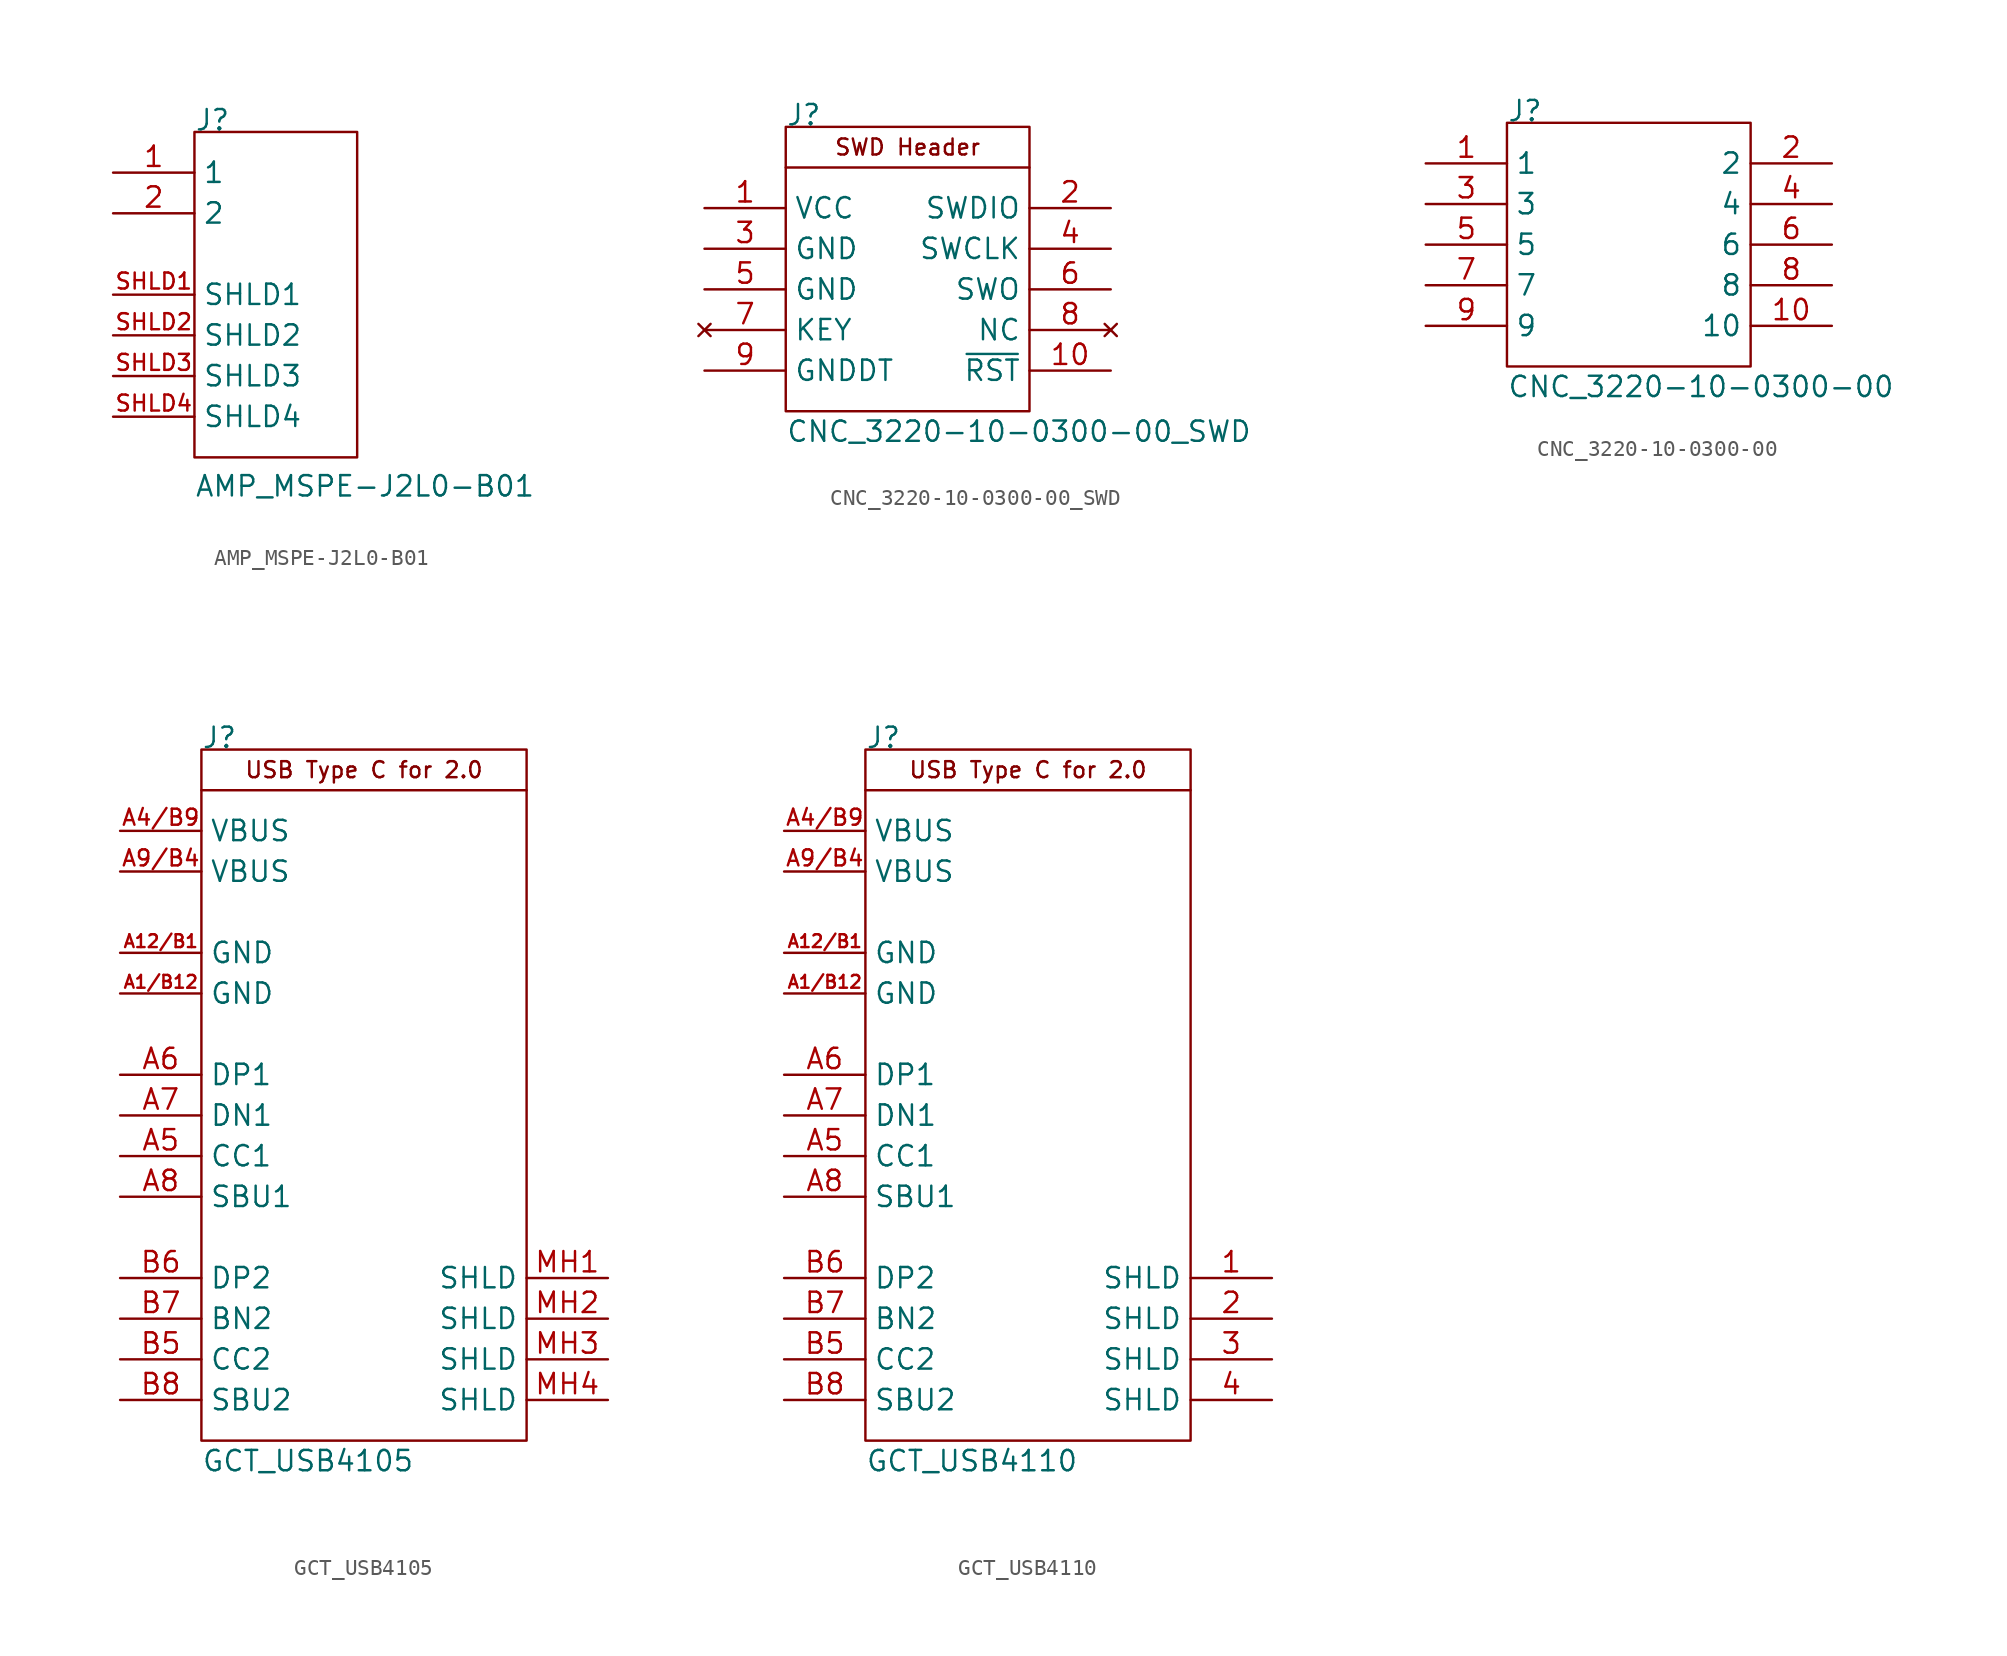
<source format=kicad_sym>
(kicad_symbol_lib
  (version 20220914)
  (generator kicad_symbol_editor)
  (symbol "AMP_MSPE-J2L0-B01"
    (property "Reference" "J"
      (at 5.08 2.54 0)
      (effects (font (size 1.27 1.27)) (justify left bottom)))
    (property "Value" "AMP_MSPE-J2L0-B01"
      (at 5.08 -20.32 0)
      (effects (font (size 1.27 1.27)) (justify left bottom)))
    (symbol "AMP_MSPE-J2L0-B01_0_1"
      (rectangle (start 5.08 2.54) (end 15.24 -17.78) (stroke (width 0.152) (type default)) (fill (type none))))
    (symbol "AMP_MSPE-J2L0-B01_1_1"
      (pin passive line (at 0 0 0) (length 5.08) (name "1" (effects (font (size 1.27 1.27)))) (number "1" (effects (font (size 1.27 1.27)))))
      (pin passive line (at 0 -2.54 0) (length 5.08) (name "2" (effects (font (size 1.27 1.27)))) (number "2" (effects (font (size 1.27 1.27)))))
      (pin passive line (at 0 -7.62 0) (length 5.08) (name "SHLD1" (effects (font (size 1.27 1.27)))) (number "SHLD1" (effects (font (size 1 1)))))
      (pin passive line (at 0 -10.16 0) (length 5.08) (name "SHLD2" (effects (font (size 1.27 1.27)))) (number "SHLD2" (effects (font (size 1 1)))))
      (pin passive line (at 0 -12.7 0) (length 5.08) (name "SHLD3" (effects (font (size 1.27 1.27)))) (number "SHLD3" (effects (font (size 1 1)))))
      (pin passive line (at 0 -15.24 0) (length 5.08) (name "SHLD4" (effects (font (size 1.27 1.27)))) (number "SHLD4" (effects (font (size 1 1)))))))
  (symbol "CNC_3220-10-0300-00_SWD"
    (property "Reference" "J"
      (at 5.08 5.08 0)
      (effects (font (size 1.27 1.27)) (justify left bottom)))
    (property "Value" "CNC_3220-10-0300-00_SWD"
      (at 5.08 -13.97 0)
      (effects (font (size 1.27 1.27)) (justify left)))
    (symbol "CNC_3220-10-0300-00_SWD_0_0"
      (polyline (pts (xy 20.32 2.54) (xy 5.08 2.54)) (stroke (width 0) (type default)) (fill (type none)))
      (text "SWD Header" (at 12.7 3.81 0) (effects (font (size 1 1)))))
    (symbol "CNC_3220-10-0300-00_SWD_0_1"
      (rectangle (start 5.08 5.08) (end 20.32 -12.7) (stroke (width 0.152) (type default)) (fill (type none))))
    (symbol "CNC_3220-10-0300-00_SWD_1_1"
      (pin power_in line (at 0 0 0) (length 5.08) (name "VCC" (effects (font (size 1.27 1.27)))) (number "1" (effects (font (size 1.27 1.27)))))
      (pin bidirectional line (at 25.4 -10.16 180) (length 5.08) (name "~{RST}" (effects (font (size 1.27 1.27)))) (number "10" (effects (font (size 1.27 1.27)))))
      (pin bidirectional line (at 25.4 0 180) (length 5.08) (name "SWDIO" (effects (font (size 1.27 1.27)))) (number "2" (effects (font (size 1.27 1.27)))))
      (pin power_in line (at 0 -2.54 0) (length 5.08) (name "GND" (effects (font (size 1.27 1.27)))) (number "3" (effects (font (size 1.27 1.27)))))
      (pin bidirectional line (at 25.4 -2.54 180) (length 5.08) (name "SWCLK" (effects (font (size 1.27 1.27)))) (number "4" (effects (font (size 1.27 1.27)))))
      (pin power_in line (at 0 -5.08 0) (length 5.08) (name "GND" (effects (font (size 1.27 1.27)))) (number "5" (effects (font (size 1.27 1.27)))))
      (pin bidirectional line (at 25.4 -5.08 180) (length 5.08) (name "SWO" (effects (font (size 1.27 1.27)))) (number "6" (effects (font (size 1.27 1.27)))))
      (pin no_connect line (at 0 -7.62 0) (length 5.08) (name "KEY" (effects (font (size 1.27 1.27)))) (number "7" (effects (font (size 1.27 1.27)))))
      (pin no_connect line (at 25.4 -7.62 180) (length 5.08) (name "NC" (effects (font (size 1.27 1.27)))) (number "8" (effects (font (size 1.27 1.27)))))
      (pin power_in line (at 0 -10.16 0) (length 5.08) (name "GNDDT" (effects (font (size 1.27 1.27)))) (number "9" (effects (font (size 1.27 1.27)))))))
  (symbol "CNC_3220-10-0300-00"
    (property "Reference" "J"
      (at 5.08 2.54 0)
      (effects (font (size 1.27 1.27)) (justify left bottom)))
    (property "Value" "CNC_3220-10-0300-00"
      (at 5.08 -13.97 0)
      (effects (font (size 1.27 1.27)) (justify left)))
    (symbol "CNC_3220-10-0300-00_0_1"
      (rectangle (start 5.08 2.54) (end 20.32 -12.7) (stroke (width 0.152) (type default)) (fill (type none))))
    (symbol "CNC_3220-10-0300-00_1_1"
      (pin passive line (at 0 0 0) (length 5.08) (name "1" (effects (font (size 1.27 1.27)))) (number "1" (effects (font (size 1.27 1.27)))))
      (pin passive line (at 25.4 -10.16 180) (length 5.08) (name "10" (effects (font (size 1.27 1.27)))) (number "10" (effects (font (size 1.27 1.27)))))
      (pin passive line (at 25.4 0 180) (length 5.08) (name "2" (effects (font (size 1.27 1.27)))) (number "2" (effects (font (size 1.27 1.27)))))
      (pin passive line (at 0 -2.54 0) (length 5.08) (name "3" (effects (font (size 1.27 1.27)))) (number "3" (effects (font (size 1.27 1.27)))))
      (pin passive line (at 25.4 -2.54 180) (length 5.08) (name "4" (effects (font (size 1.27 1.27)))) (number "4" (effects (font (size 1.27 1.27)))))
      (pin passive line (at 0 -5.08 0) (length 5.08) (name "5" (effects (font (size 1.27 1.27)))) (number "5" (effects (font (size 1.27 1.27)))))
      (pin passive line (at 25.4 -5.08 180) (length 5.08) (name "6" (effects (font (size 1.27 1.27)))) (number "6" (effects (font (size 1.27 1.27)))))
      (pin passive line (at 0 -7.62 0) (length 5.08) (name "7" (effects (font (size 1.27 1.27)))) (number "7" (effects (font (size 1.27 1.27)))))
      (pin passive line (at 25.4 -7.62 180) (length 5.08) (name "8" (effects (font (size 1.27 1.27)))) (number "8" (effects (font (size 1.27 1.27)))))
      (pin passive line (at 0 -10.16 0) (length 5.08) (name "9" (effects (font (size 1.27 1.27)))) (number "9" (effects (font (size 1.27 1.27)))))))
  (symbol "GCT_USB4105"
    (property "Reference" "J"
      (at 5.08 5.08 0)
      (effects (font (size 1.27 1.27)) (justify left bottom)))
    (property "Value" "GCT_USB4105"
      (at 5.08 -39.37 0)
      (effects (font (size 1.27 1.27)) (justify left)))
    (symbol "GCT_USB4105_0_0"
      (polyline (pts (xy 25.4 2.54) (xy 5.08 2.54)) (stroke (width 0) (type default)) (fill (type none)))
      (text "USB Type C for 2.0" (at 15.24 3.81 0) (effects (font (size 1 1)))))
    (symbol "GCT_USB4105_0_1"
      (rectangle (start 5.08 5.08) (end 25.4 -38.1) (stroke (width 0.152) (type default)) (fill (type none))))
    (symbol "GCT_USB4105_1_1"
      (pin power_in line (at 0 -10.16 0) (length 5.08) (name "GND" (effects (font (size 1.27 1.27)))) (number "A1/B12" (effects (font (size 0.8 0.8)))))
      (pin power_in line (at 0 -7.62 0) (length 5.08) (name "GND" (effects (font (size 1.27 1.27)))) (number "A12/B1" (effects (font (size 0.8 0.8)))))
      (pin power_in line (at 0 0 0) (length 5.08) (name "VBUS" (effects (font (size 1.27 1.27)))) (number "A4/B9" (effects (font (size 1 1)))))
      (pin bidirectional line (at 0 -20.32 0) (length 5.08) (name "CC1" (effects (font (size 1.27 1.27)))) (number "A5" (effects (font (size 1.27 1.27)))))
      (pin bidirectional line (at 0 -15.24 0) (length 5.08) (name "DP1" (effects (font (size 1.27 1.27)))) (number "A6" (effects (font (size 1.27 1.27)))))
      (pin bidirectional line (at 0 -17.78 0) (length 5.08) (name "DN1" (effects (font (size 1.27 1.27)))) (number "A7" (effects (font (size 1.27 1.27)))))
      (pin bidirectional line (at 0 -22.86 0) (length 5.08) (name "SBU1" (effects (font (size 1.27 1.27)))) (number "A8" (effects (font (size 1.27 1.27)))))
      (pin power_in line (at 0 -2.54 0) (length 5.08) (name "VBUS" (effects (font (size 1.27 1.27)))) (number "A9/B4" (effects (font (size 1 1)))))
      (pin bidirectional line (at 0 -33.02 0) (length 5.08) (name "CC2" (effects (font (size 1.27 1.27)))) (number "B5" (effects (font (size 1.27 1.27)))))
      (pin bidirectional line (at 0 -27.94 0) (length 5.08) (name "DP2" (effects (font (size 1.27 1.27)))) (number "B6" (effects (font (size 1.27 1.27)))))
      (pin bidirectional line (at 0 -30.48 0) (length 5.08) (name "BN2" (effects (font (size 1.27 1.27)))) (number "B7" (effects (font (size 1.27 1.27)))))
      (pin bidirectional line (at 0 -35.56 0) (length 5.08) (name "SBU2" (effects (font (size 1.27 1.27)))) (number "B8" (effects (font (size 1.27 1.27)))))
      (pin passive line (at 30.48 -27.94 180) (length 5.08) (name "SHLD" (effects (font (size 1.27 1.27)))) (number "MH1" (effects (font (size 1.27 1.27)))))
      (pin passive line (at 30.48 -30.48 180) (length 5.08) (name "SHLD" (effects (font (size 1.27 1.27)))) (number "MH2" (effects (font (size 1.27 1.27)))))
      (pin passive line (at 30.48 -33.02 180) (length 5.08) (name "SHLD" (effects (font (size 1.27 1.27)))) (number "MH3" (effects (font (size 1.27 1.27)))))
      (pin passive line (at 30.48 -35.56 180) (length 5.08) (name "SHLD" (effects (font (size 1.27 1.27)))) (number "MH4" (effects (font (size 1.27 1.27)))))))
  (symbol "GCT_USB4110"
    (property "Reference" "J"
      (at 5.08 5.08 0)
      (effects (font (size 1.27 1.27)) (justify left bottom)))
    (property "Value" "GCT_USB4110"
      (at 5.08 -39.37 0)
      (effects (font (size 1.27 1.27)) (justify left)))
    (symbol "GCT_USB4110_0_0"
      (polyline (pts (xy 25.4 2.54) (xy 5.08 2.54)) (stroke (width 0) (type default)) (fill (type none)))
      (text "USB Type C for 2.0" (at 15.24 3.81 0) (effects (font (size 1 1)))))
    (symbol "GCT_USB4110_0_1"
      (rectangle (start 5.08 5.08) (end 25.4 -38.1) (stroke (width 0.152) (type default)) (fill (type none))))
    (symbol "GCT_USB4110_1_1"
      (pin passive line (at 30.48 -27.94 180) (length 5.08) (name "SHLD" (effects (font (size 1.27 1.27)))) (number "1" (effects (font (size 1.27 1.27)))))
      (pin passive line (at 30.48 -30.48 180) (length 5.08) (name "SHLD" (effects (font (size 1.27 1.27)))) (number "2" (effects (font (size 1.27 1.27)))))
      (pin passive line (at 30.48 -33.02 180) (length 5.08) (name "SHLD" (effects (font (size 1.27 1.27)))) (number "3" (effects (font (size 1.27 1.27)))))
      (pin passive line (at 30.48 -35.56 180) (length 5.08) (name "SHLD" (effects (font (size 1.27 1.27)))) (number "4" (effects (font (size 1.27 1.27)))))
      (pin power_in line (at 0 -10.16 0) (length 5.08) (name "GND" (effects (font (size 1.27 1.27)))) (number "A1/B12" (effects (font (size 0.8 0.8)))))
      (pin power_in line (at 0 -7.62 0) (length 5.08) (name "GND" (effects (font (size 1.27 1.27)))) (number "A12/B1" (effects (font (size 0.8 0.8)))))
      (pin power_in line (at 0 0 0) (length 5.08) (name "VBUS" (effects (font (size 1.27 1.27)))) (number "A4/B9" (effects (font (size 1 1)))))
      (pin bidirectional line (at 0 -20.32 0) (length 5.08) (name "CC1" (effects (font (size 1.27 1.27)))) (number "A5" (effects (font (size 1.27 1.27)))))
      (pin bidirectional line (at 0 -15.24 0) (length 5.08) (name "DP1" (effects (font (size 1.27 1.27)))) (number "A6" (effects (font (size 1.27 1.27)))))
      (pin bidirectional line (at 0 -17.78 0) (length 5.08) (name "DN1" (effects (font (size 1.27 1.27)))) (number "A7" (effects (font (size 1.27 1.27)))))
      (pin bidirectional line (at 0 -22.86 0) (length 5.08) (name "SBU1" (effects (font (size 1.27 1.27)))) (number "A8" (effects (font (size 1.27 1.27)))))
      (pin power_in line (at 0 -2.54 0) (length 5.08) (name "VBUS" (effects (font (size 1.27 1.27)))) (number "A9/B4" (effects (font (size 1 1)))))
      (pin bidirectional line (at 0 -33.02 0) (length 5.08) (name "CC2" (effects (font (size 1.27 1.27)))) (number "B5" (effects (font (size 1.27 1.27)))))
      (pin bidirectional line (at 0 -27.94 0) (length 5.08) (name "DP2" (effects (font (size 1.27 1.27)))) (number "B6" (effects (font (size 1.27 1.27)))))
      (pin bidirectional line (at 0 -30.48 0) (length 5.08) (name "BN2" (effects (font (size 1.27 1.27)))) (number "B7" (effects (font (size 1.27 1.27)))))
      (pin bidirectional line (at 0 -35.56 0) (length 5.08) (name "SBU2" (effects (font (size 1.27 1.27)))) (number "B8" (effects (font (size 1.27 1.27))))))))
</source>
